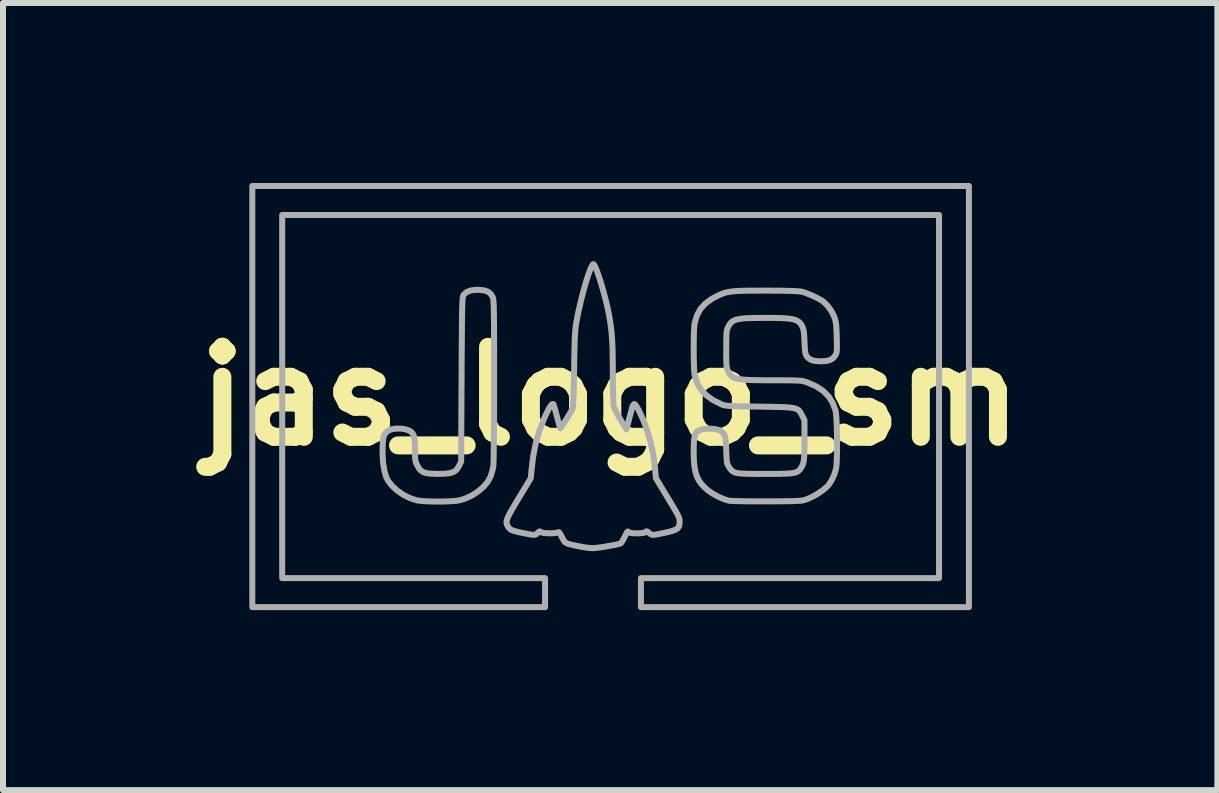
<source format=kicad_pcb>
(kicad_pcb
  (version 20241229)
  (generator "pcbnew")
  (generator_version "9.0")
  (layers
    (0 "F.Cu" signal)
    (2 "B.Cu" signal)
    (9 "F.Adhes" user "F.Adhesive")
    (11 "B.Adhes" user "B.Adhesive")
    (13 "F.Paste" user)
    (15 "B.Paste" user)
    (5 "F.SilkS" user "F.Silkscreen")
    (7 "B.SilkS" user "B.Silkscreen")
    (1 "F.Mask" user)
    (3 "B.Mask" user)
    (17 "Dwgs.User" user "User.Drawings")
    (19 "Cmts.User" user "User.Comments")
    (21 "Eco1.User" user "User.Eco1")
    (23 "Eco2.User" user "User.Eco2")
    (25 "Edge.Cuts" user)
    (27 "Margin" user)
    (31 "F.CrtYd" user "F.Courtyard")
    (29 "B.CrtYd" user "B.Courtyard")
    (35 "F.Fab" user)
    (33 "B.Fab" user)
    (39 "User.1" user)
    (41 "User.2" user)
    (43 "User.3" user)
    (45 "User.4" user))
  (footprint "jas_logo_sm"
    (layer "F.Cu")
    (at 7.121 3.553)
    (property "Reference" "jas_logo_sm" (at 0 0 0) (layer "F.SilkS") (effects (font (size 1.5 1.5) (thickness 0.3))))
    (attr board_only exclude_from_pos_files exclude_from_bom)
    (fp_poly (pts (xy 5.98 0.007) (xy 5.98 3.518) (xy 3.246 3.518) (xy 0.513 3.518) (xy 0.513 3.276) (xy 0.513 3.034) (xy 2.997 3.034) (xy 5.482 3.034) (xy 5.482 0.007) (xy 5.482 -3.019) (xy 0.007 -3.019) (xy -5.467 -3.019) (xy -5.467 0.007) (xy -5.467 3.034) (xy -3.276 3.034) (xy -1.085 3.034) (xy -1.085 3.276) (xy -1.085 3.518) (xy -3.525 3.518) (xy -5.965 3.518) (xy -5.965 0.007) (xy -5.965 -3.503) (xy 0.007 -3.503) (xy 5.98 -3.503)) (stroke (width 0.1) (type solid)) (fill no) (layer "F.Fab"))
    (fp_poly (pts (xy -2.178 -1.771) (xy -2.097 -1.762) (xy -2.038 -1.742) (xy -1.994 -1.707) (xy -1.96 -1.655) (xy -1.956 -1.645) (xy -1.952 -1.632) (xy -1.949 -1.614) (xy -1.946 -1.589) (xy -1.943 -1.556) (xy -1.941 -1.512) (xy -1.94 -1.456) (xy -1.938 -1.386) (xy -1.937 -1.3) (xy -1.936 -1.197) (xy -1.936 -1.074) (xy -1.935 -0.93) (xy -1.935 -0.762) (xy -1.935 -0.57) (xy -1.935 -0.351) (xy -1.935 -0.256) (xy -1.935 -0.058) (xy -1.935 0.133) (xy -1.936 0.315) (xy -1.937 0.485) (xy -1.938 0.642) (xy -1.939 0.783) (xy -1.941 0.906) (xy -1.942 1.008) (xy -1.944 1.088) (xy -1.946 1.143) (xy -1.948 1.172) (xy -1.948 1.173) (xy -1.961 1.233) (xy -1.981 1.301) (xy -1.994 1.341) (xy -2.041 1.428) (xy -2.112 1.513) (xy -2.202 1.59) (xy -2.305 1.657) (xy -2.418 1.709) (xy -2.508 1.736) (xy -2.565 1.745) (xy -2.645 1.752) (xy -2.74 1.756) (xy -2.844 1.758) (xy -2.949 1.757) (xy -3.049 1.754) (xy -3.136 1.749) (xy -3.205 1.74) (xy -3.23 1.736) (xy -3.342 1.698) (xy -3.451 1.643) (xy -3.55 1.574) (xy -3.635 1.496) (xy -3.701 1.412) (xy -3.736 1.342) (xy -3.765 1.238) (xy -3.785 1.113) (xy -3.794 0.971) (xy -3.793 0.841) (xy -3.788 0.754) (xy -3.779 0.69) (xy -3.764 0.644) (xy -3.74 0.61) (xy -3.706 0.582) (xy -3.689 0.571) (xy -3.637 0.551) (xy -3.567 0.542) (xy -3.491 0.542) (xy -3.417 0.552) (xy -3.357 0.571) (xy -3.355 0.572) (xy -3.318 0.595) (xy -3.291 0.623) (xy -3.273 0.661) (xy -3.261 0.714) (xy -3.256 0.786) (xy -3.254 0.883) (xy -3.254 0.892) (xy -3.253 0.971) (xy -3.252 1.028) (xy -3.247 1.069) (xy -3.239 1.101) (xy -3.227 1.132) (xy -3.213 1.158) (xy -3.184 1.208) (xy -3.151 1.245) (xy -3.11 1.27) (xy -3.057 1.285) (xy -2.985 1.293) (xy -2.89 1.296) (xy -2.865 1.296) (xy -2.763 1.294) (xy -2.685 1.286) (xy -2.626 1.271) (xy -2.582 1.247) (xy -2.549 1.213) (xy -2.521 1.166) (xy -2.519 1.162) (xy -2.484 1.092) (xy -2.477 -0.278) (xy -2.476 -0.51) (xy -2.475 -0.714) (xy -2.473 -0.893) (xy -2.472 -1.047) (xy -2.471 -1.18) (xy -2.47 -1.292) (xy -2.468 -1.386) (xy -2.467 -1.462) (xy -2.465 -1.524) (xy -2.463 -1.573) (xy -2.46 -1.61) (xy -2.457 -1.638) (xy -2.454 -1.658) (xy -2.451 -1.672) (xy -2.447 -1.682) (xy -2.443 -1.688) (xy -2.396 -1.732) (xy -2.326 -1.76) (xy -2.235 -1.772)) (stroke (width 0.1) (type solid)) (fill no) (layer "F.Fab"))
    (fp_poly (pts (xy -0.265 -2.185) (xy -0.245 -2.146) (xy -0.22 -2.087) (xy -0.193 -2.01) (xy -0.163 -1.919) (xy -0.133 -1.818) (xy -0.103 -1.711) (xy -0.074 -1.601) (xy -0.048 -1.493) (xy -0.026 -1.389) (xy -0.021 -1.365) (xy -0.004 -1.266) (xy 0.01 -1.171) (xy 0.022 -1.076) (xy 0.03 -0.975) (xy 0.037 -0.864) (xy 0.041 -0.738) (xy 0.043 -0.594) (xy 0.044 -0.425) (xy 0.044 -0.396) (xy 0.045 -0.274) (xy 0.046 -0.16) (xy 0.048 -0.057) (xy 0.05 0.032) (xy 0.052 0.101) (xy 0.055 0.148) (xy 0.058 0.166) (xy 0.07 0.2) (xy 0.095 0.252) (xy 0.129 0.315) (xy 0.167 0.382) (xy 0.171 0.388) (xy 0.271 0.553) (xy 0.31 0.405) (xy 0.328 0.335) (xy 0.346 0.269) (xy 0.36 0.215) (xy 0.365 0.194) (xy 0.381 0.153) (xy 0.399 0.133) (xy 0.403 0.132) (xy 0.421 0.145) (xy 0.446 0.182) (xy 0.477 0.237) (xy 0.511 0.308) (xy 0.547 0.388) (xy 0.582 0.476) (xy 0.614 0.565) (xy 0.614 0.565) (xy 0.672 0.758) (xy 0.714 0.948) (xy 0.742 1.149) (xy 0.747 1.194) (xy 0.763 1.369) (xy 0.96 1.695) (xy 1.021 1.796) (xy 1.068 1.875) (xy 1.103 1.936) (xy 1.128 1.983) (xy 1.144 2.018) (xy 1.153 2.046) (xy 1.157 2.07) (xy 1.158 2.088) (xy 1.156 2.137) (xy 1.146 2.174) (xy 1.126 2.203) (xy 1.091 2.227) (xy 1.037 2.247) (xy 0.962 2.267) (xy 0.873 2.286) (xy 0.8 2.301) (xy 0.75 2.31) (xy 0.716 2.313) (xy 0.693 2.31) (xy 0.674 2.3) (xy 0.654 2.284) (xy 0.648 2.279) (xy 0.618 2.257) (xy 0.603 2.254) (xy 0.596 2.264) (xy 0.578 2.275) (xy 0.539 2.282) (xy 0.487 2.287) (xy 0.43 2.288) (xy 0.376 2.285) (xy 0.334 2.279) (xy 0.311 2.269) (xy 0.3 2.259) (xy 0.292 2.258) (xy 0.281 2.27) (xy 0.265 2.3) (xy 0.239 2.35) (xy 0.237 2.355) (xy 0.212 2.402) (xy 0.19 2.437) (xy 0.177 2.454) (xy 0.177 2.454) (xy 0.152 2.463) (xy 0.105 2.474) (xy 0.041 2.487) (xy -0.031 2.5) (xy -0.107 2.513) (xy -0.179 2.523) (xy -0.24 2.531) (xy -0.285 2.534) (xy -0.293 2.534) (xy -0.352 2.53) (xy -0.422 2.521) (xy -0.476 2.512) (xy -0.571 2.493) (xy -0.641 2.478) (xy -0.692 2.465) (xy -0.727 2.451) (xy -0.753 2.433) (xy -0.772 2.41) (xy -0.79 2.378) (xy -0.811 2.336) (xy -0.813 2.332) (xy -0.838 2.288) (xy -0.855 2.268) (xy -0.869 2.27) (xy -0.869 2.27) (xy -0.893 2.279) (xy -0.937 2.285) (xy -0.993 2.287) (xy -1.051 2.286) (xy -1.104 2.281) (xy -1.143 2.273) (xy -1.157 2.266) (xy -1.172 2.255) (xy -1.19 2.263) (xy -1.209 2.28) (xy -1.227 2.297) (xy -1.243 2.308) (xy -1.264 2.313) (xy -1.295 2.312) (xy -1.342 2.304) (xy -1.409 2.291) (xy -1.438 2.286) (xy -1.526 2.267) (xy -1.59 2.251) (xy -1.635 2.236) (xy -1.666 2.219) (xy -1.688 2.197) (xy -1.702 2.178) (xy -1.717 2.15) (xy -1.726 2.124) (xy -1.728 2.096) (xy -1.721 2.062) (xy -1.705 2.019) (xy -1.678 1.964) (xy -1.639 1.894) (xy -1.587 1.805) (xy -1.526 1.704) (xy -1.323 1.368) (xy -1.313 1.252) (xy -1.284 1.008) (xy -1.24 0.783) (xy -1.178 0.572) (xy -1.098 0.368) (xy -1.053 0.271) (xy -1.015 0.198) (xy -0.985 0.152) (xy -0.962 0.132) (xy -0.945 0.134) (xy -0.94 0.15) (xy -0.928 0.189) (xy -0.912 0.245) (xy -0.894 0.314) (xy -0.888 0.336) (xy -0.869 0.407) (xy -0.853 0.468) (xy -0.84 0.512) (xy -0.832 0.535) (xy -0.831 0.537) (xy -0.822 0.527) (xy -0.802 0.498) (xy -0.773 0.454) (xy -0.74 0.401) (xy -0.705 0.344) (xy -0.672 0.29) (xy -0.645 0.242) (xy -0.626 0.207) (xy -0.622 0.198) (xy -0.619 0.177) (xy -0.616 0.131) (xy -0.613 0.061) (xy -0.61 -0.028) (xy -0.607 -0.134) (xy -0.604 -0.253) (xy -0.602 -0.382) (xy -0.6 -0.454) (xy -0.598 -0.611) (xy -0.596 -0.741) (xy -0.593 -0.849) (xy -0.591 -0.938) (xy -0.587 -1.011) (xy -0.583 -1.072) (xy -0.578 -1.125) (xy -0.573 -1.172) (xy -0.566 -1.218) (xy -0.559 -1.253) (xy -0.536 -1.375) (xy -0.508 -1.499) (xy -0.479 -1.623) (xy -0.448 -1.743) (xy -0.416 -1.856) (xy -0.386 -1.958) (xy -0.356 -2.046) (xy -0.329 -2.117) (xy -0.306 -2.168) (xy -0.287 -2.195) (xy -0.28 -2.199)) (stroke (width 0.1) (type solid)) (fill no) (layer "F.Fab"))
    (fp_poly (pts (xy 2.736 -1.758) (xy 2.871 -1.757) (xy 2.986 -1.754) (xy 3.077 -1.751) (xy 3.143 -1.747) (xy 3.183 -1.743) (xy 3.183 -1.743) (xy 3.246 -1.725) (xy 3.323 -1.695) (xy 3.405 -1.659) (xy 3.48 -1.621) (xy 3.54 -1.585) (xy 3.554 -1.575) (xy 3.619 -1.512) (xy 3.68 -1.43) (xy 3.728 -1.339) (xy 3.74 -1.309) (xy 3.752 -1.271) (xy 3.761 -1.23) (xy 3.768 -1.18) (xy 3.772 -1.115) (xy 3.776 -1.03) (xy 3.777 -0.975) (xy 3.779 -0.883) (xy 3.78 -0.815) (xy 3.778 -0.767) (xy 3.775 -0.733) (xy 3.769 -0.709) (xy 3.76 -0.689) (xy 3.754 -0.679) (xy 3.715 -0.632) (xy 3.665 -0.602) (xy 3.598 -0.585) (xy 3.51 -0.58) (xy 3.42 -0.585) (xy 3.353 -0.602) (xy 3.304 -0.633) (xy 3.272 -0.67) (xy 3.261 -0.694) (xy 3.252 -0.728) (xy 3.246 -0.779) (xy 3.242 -0.85) (xy 3.239 -0.908) (xy 3.235 -0.994) (xy 3.23 -1.057) (xy 3.223 -1.103) (xy 3.213 -1.138) (xy 3.201 -1.164) (xy 3.18 -1.201) (xy 3.154 -1.231) (xy 3.122 -1.254) (xy 3.08 -1.272) (xy 3.026 -1.285) (xy 2.955 -1.294) (xy 2.865 -1.3) (xy 2.752 -1.303) (xy 2.614 -1.304) (xy 2.587 -1.304) (xy 2.444 -1.303) (xy 2.327 -1.301) (xy 2.234 -1.296) (xy 2.16 -1.287) (xy 2.102 -1.275) (xy 2.058 -1.258) (xy 2.025 -1.235) (xy 1.998 -1.206) (xy 1.975 -1.169) (xy 1.969 -1.157) (xy 1.958 -1.133) (xy 1.949 -1.11) (xy 1.943 -1.082) (xy 1.939 -1.044) (xy 1.937 -0.993) (xy 1.936 -0.924) (xy 1.935 -0.832) (xy 1.935 -0.784) (xy 1.935 -0.68) (xy 1.936 -0.601) (xy 1.937 -0.543) (xy 1.941 -0.5) (xy 1.946 -0.469) (xy 1.953 -0.444) (xy 1.962 -0.421) (xy 1.968 -0.411) (xy 1.987 -0.376) (xy 2.007 -0.348) (xy 2.033 -0.325) (xy 2.066 -0.306) (xy 2.108 -0.292) (xy 2.164 -0.281) (xy 2.235 -0.274) (xy 2.325 -0.269) (xy 2.435 -0.266) (xy 2.57 -0.264) (xy 2.726 -0.264) (xy 2.855 -0.264) (xy 2.958 -0.263) (xy 3.04 -0.262) (xy 3.103 -0.26) (xy 3.152 -0.258) (xy 3.19 -0.254) (xy 3.22 -0.248) (xy 3.247 -0.241) (xy 3.275 -0.232) (xy 3.287 -0.228) (xy 3.43 -0.166) (xy 3.547 -0.089) (xy 3.641 0.004) (xy 3.71 0.113) (xy 3.756 0.238) (xy 3.759 0.25) (xy 3.765 0.294) (xy 3.771 0.362) (xy 3.775 0.449) (xy 3.779 0.55) (xy 3.781 0.659) (xy 3.782 0.771) (xy 3.782 0.882) (xy 3.78 0.985) (xy 3.777 1.076) (xy 3.773 1.149) (xy 3.767 1.199) (xy 3.767 1.202) (xy 3.739 1.301) (xy 3.696 1.396) (xy 3.644 1.477) (xy 3.623 1.501) (xy 3.555 1.561) (xy 3.469 1.622) (xy 3.376 1.675) (xy 3.287 1.716) (xy 3.282 1.717) (xy 3.258 1.726) (xy 3.234 1.733) (xy 3.208 1.739) (xy 3.176 1.743) (xy 3.137 1.746) (xy 3.085 1.749) (xy 3.018 1.751) (xy 2.934 1.752) (xy 2.828 1.753) (xy 2.698 1.754) (xy 2.616 1.754) (xy 2.487 1.754) (xy 2.364 1.754) (xy 2.252 1.753) (xy 2.154 1.751) (xy 2.074 1.749) (xy 2.015 1.746) (xy 1.982 1.744) (xy 1.979 1.743) (xy 1.897 1.718) (xy 1.804 1.678) (xy 1.712 1.627) (xy 1.629 1.57) (xy 1.585 1.532) (xy 1.524 1.468) (xy 1.477 1.403) (xy 1.442 1.331) (xy 1.418 1.248) (xy 1.402 1.15) (xy 1.394 1.031) (xy 1.392 0.912) (xy 1.394 0.807) (xy 1.398 0.728) (xy 1.408 0.669) (xy 1.423 0.627) (xy 1.446 0.597) (xy 1.478 0.575) (xy 1.502 0.563) (xy 1.557 0.549) (xy 1.627 0.543) (xy 1.701 0.544) (xy 1.769 0.553) (xy 1.816 0.568) (xy 1.855 0.59) (xy 1.884 0.615) (xy 1.904 0.646) (xy 1.918 0.69) (xy 1.927 0.749) (xy 1.932 0.831) (xy 1.935 0.9) (xy 1.938 0.986) (xy 1.941 1.048) (xy 1.945 1.093) (xy 1.952 1.125) (xy 1.962 1.15) (xy 1.975 1.174) (xy 1.983 1.186) (xy 2.004 1.215) (xy 2.024 1.239) (xy 2.047 1.257) (xy 2.077 1.272) (xy 2.116 1.282) (xy 2.168 1.289) (xy 2.236 1.293) (xy 2.324 1.296) (xy 2.434 1.297) (xy 2.571 1.297) (xy 2.58 1.297) (xy 2.719 1.297) (xy 2.832 1.296) (xy 2.922 1.293) (xy 2.993 1.289) (xy 3.047 1.283) (xy 3.087 1.274) (xy 3.117 1.262) (xy 3.14 1.247) (xy 3.159 1.227) (xy 3.171 1.212) (xy 3.192 1.181) (xy 3.208 1.15) (xy 3.22 1.114) (xy 3.229 1.069) (xy 3.234 1.011) (xy 3.237 0.935) (xy 3.239 0.838) (xy 3.239 0.733) (xy 3.239 0.401) (xy 3.199 0.322) (xy 3.182 0.289) (xy 3.165 0.262) (xy 3.147 0.24) (xy 3.123 0.222) (xy 3.092 0.209) (xy 3.05 0.198) (xy 2.994 0.191) (xy 2.922 0.185) (xy 2.832 0.182) (xy 2.719 0.179) (xy 2.581 0.177) (xy 2.484 0.175) (xy 2.341 0.173) (xy 2.224 0.171) (xy 2.13 0.169) (xy 2.056 0.167) (xy 1.998 0.164) (xy 1.955 0.161) (xy 1.922 0.156) (xy 1.896 0.151) (xy 1.875 0.145) (xy 1.854 0.137) (xy 1.854 0.136) (xy 1.716 0.067) (xy 1.604 -0.013) (xy 1.517 -0.104) (xy 1.454 -0.21) (xy 1.413 -0.331) (xy 1.409 -0.349) (xy 1.403 -0.391) (xy 1.399 -0.457) (xy 1.396 -0.542) (xy 1.394 -0.639) (xy 1.393 -0.744) (xy 1.393 -0.851) (xy 1.394 -0.955) (xy 1.396 -1.049) (xy 1.4 -1.13) (xy 1.405 -1.19) (xy 1.409 -1.219) (xy 1.447 -1.345) (xy 1.505 -1.452) (xy 1.586 -1.542) (xy 1.691 -1.619) (xy 1.742 -1.647) (xy 1.796 -1.674) (xy 1.844 -1.697) (xy 1.891 -1.715) (xy 1.939 -1.729) (xy 1.993 -1.739) (xy 2.055 -1.747) (xy 2.13 -1.753) (xy 2.221 -1.756) (xy 2.331 -1.758) (xy 2.465 -1.758) (xy 2.583 -1.759)) (stroke (width 0.1) (type solid)) (fill no) (layer "F.Fab")))
  (gr_rect
    (start -3 -3)
    (end 17.243 10.121)
    (stroke (width 0.1) (type default))
    (fill no)
    (layer "Edge.Cuts")))
</source>
